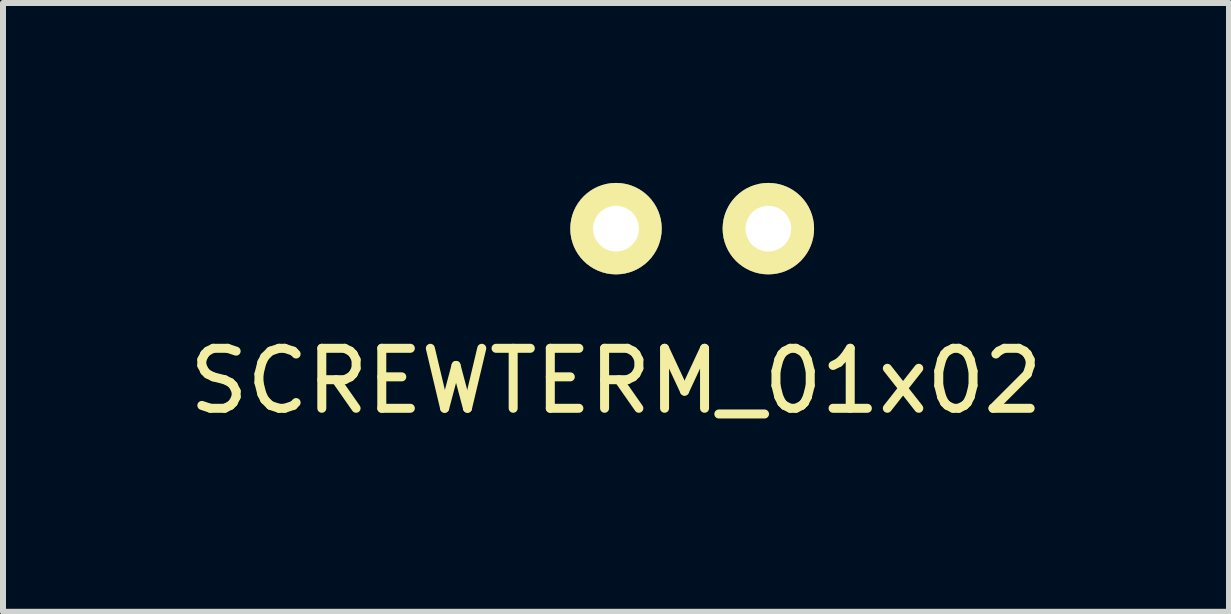
<source format=kicad_pcb>
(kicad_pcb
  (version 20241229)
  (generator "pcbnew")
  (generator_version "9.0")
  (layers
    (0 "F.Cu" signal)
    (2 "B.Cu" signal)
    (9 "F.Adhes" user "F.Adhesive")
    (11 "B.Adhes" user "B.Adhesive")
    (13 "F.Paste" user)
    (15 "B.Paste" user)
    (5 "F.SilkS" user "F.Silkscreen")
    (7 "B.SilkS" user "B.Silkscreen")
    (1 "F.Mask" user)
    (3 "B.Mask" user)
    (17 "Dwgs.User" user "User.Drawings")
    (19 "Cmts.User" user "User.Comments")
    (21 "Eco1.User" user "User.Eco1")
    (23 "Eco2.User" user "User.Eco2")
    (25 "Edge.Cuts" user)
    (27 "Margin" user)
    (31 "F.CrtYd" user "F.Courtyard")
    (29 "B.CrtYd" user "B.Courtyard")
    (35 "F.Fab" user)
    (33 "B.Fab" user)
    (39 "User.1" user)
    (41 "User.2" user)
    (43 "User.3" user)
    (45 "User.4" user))
  (footprint "SCREWTERM_01x02"
    (layer "F.Cu")
    (at 7.22 0.762)
    (property "Reference" "SCREWTERM_01x02" (at 0 2.54 0) (layer "F.SilkS") (effects (font (size 1 1) (thickness 0.15))))
    (attr through_hole)
    (pad "1" thru_hole circle (at 0 0) (size 1.524 1.524) (drill 0.762) (layers "*.Cu" "*.Mask" "F.SilkS"))
    (pad "2" thru_hole circle (at 2.54 0) (size 1.524 1.524) (drill 0.762) (layers "*.Cu" "*.Mask" "F.SilkS")))
  (gr_rect
    (start -3 -3)
    (end 17.44 7.15)
    (stroke (width 0.1) (type default))
    (fill no)
    (layer "Edge.Cuts")))
</source>
